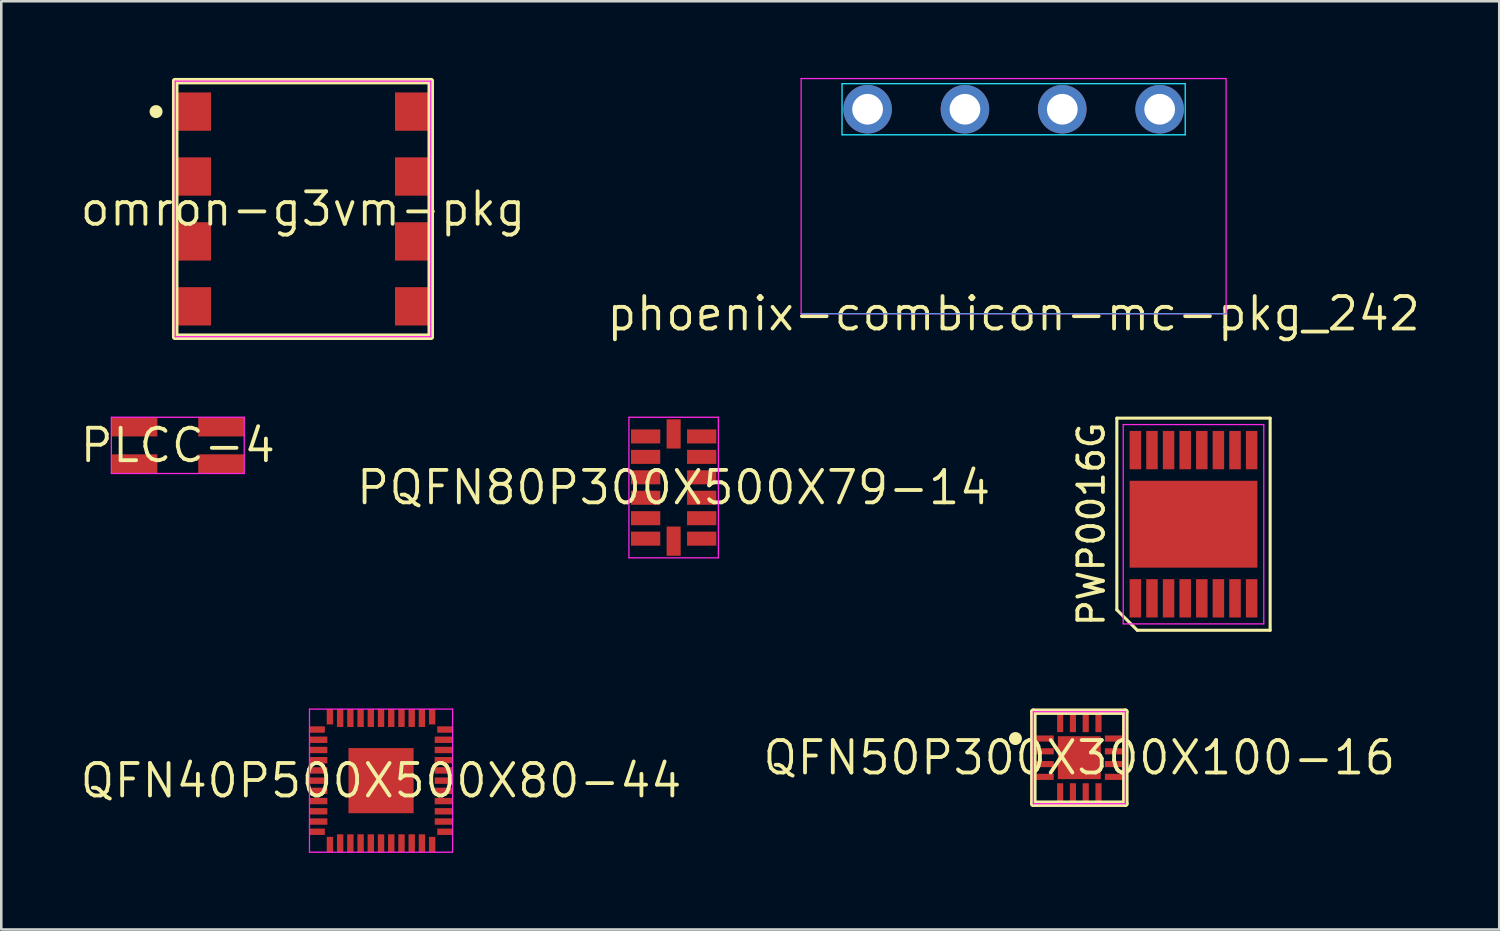
<source format=kicad_pcb>
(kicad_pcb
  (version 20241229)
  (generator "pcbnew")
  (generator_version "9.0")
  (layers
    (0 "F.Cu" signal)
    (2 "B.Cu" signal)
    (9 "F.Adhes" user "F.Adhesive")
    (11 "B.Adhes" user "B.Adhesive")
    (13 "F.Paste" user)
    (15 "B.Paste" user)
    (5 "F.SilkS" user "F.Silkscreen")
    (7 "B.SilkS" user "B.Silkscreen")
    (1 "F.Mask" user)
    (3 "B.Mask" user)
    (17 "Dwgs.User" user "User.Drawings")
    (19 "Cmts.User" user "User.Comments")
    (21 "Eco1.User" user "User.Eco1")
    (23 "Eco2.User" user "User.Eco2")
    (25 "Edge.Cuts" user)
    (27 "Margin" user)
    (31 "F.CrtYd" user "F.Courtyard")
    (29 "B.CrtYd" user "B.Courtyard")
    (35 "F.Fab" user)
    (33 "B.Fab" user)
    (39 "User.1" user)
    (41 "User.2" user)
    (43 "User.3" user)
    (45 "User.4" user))
  (footprint "QFN40P500X500X80-44"
    (layer "F.Cu")
    (at 11.861 27.499)
    (property "Reference" "QFN40P500X500X80-44" (at 0 0 0) (layer "F.SilkS") (effects (font (size 1.27 1.27) (thickness 0.15))))
    (attr through_hole)
    (fp_line (start -2.8 -2.8) (end -2.8 2.8) (stroke (width 0.05) (type solid)) (layer "F.CrtYd"))
    (fp_line (start -2.8 2.8) (end 2.8 2.8) (stroke (width 0.05) (type solid)) (layer "F.CrtYd"))
    (fp_line (start 2.8 -2.8) (end -2.8 -2.8) (stroke (width 0.05) (type solid)) (layer "F.CrtYd"))
    (fp_line (start 2.8 2.8) (end 2.8 -2.8) (stroke (width 0.05) (type solid)) (layer "F.CrtYd"))
    (pad "1" smd rect (at -2.5 -2 270) (size 0.25 0.6) (layers "F.Cu" "F.Mask" "F.Paste"))
    (pad "2" smd rect (at -2.45 -1.6 270) (size 0.25 0.7) (layers "F.Cu" "F.Mask" "F.Paste"))
    (pad "3" smd rect (at -2.45 -1.2 270) (size 0.25 0.7) (layers "F.Cu" "F.Mask" "F.Paste"))
    (pad "4" smd rect (at -2.45 -0.8 270) (size 0.25 0.7) (layers "F.Cu" "F.Mask" "F.Paste"))
    (pad "5" smd rect (at -2.45 -0.4 270) (size 0.25 0.7) (layers "F.Cu" "F.Mask" "F.Paste"))
    (pad "6" smd rect (at -2.45 0 270) (size 0.25 0.7) (layers "F.Cu" "F.Mask" "F.Paste"))
    (pad "7" smd rect (at -2.45 0.4 270) (size 0.25 0.7) (layers "F.Cu" "F.Mask" "F.Paste"))
    (pad "8" smd rect (at -2.45 0.8 270) (size 0.25 0.7) (layers "F.Cu" "F.Mask" "F.Paste"))
    (pad "9" smd rect (at -2.45 1.2 270) (size 0.25 0.7) (layers "F.Cu" "F.Mask" "F.Paste"))
    (pad "10" smd rect (at -2.45 1.6 270) (size 0.25 0.7) (layers "F.Cu" "F.Mask" "F.Paste"))
    (pad "11" smd rect (at -2.5 2 270) (size 0.25 0.6) (layers "F.Cu" "F.Mask" "F.Paste"))
    (pad "12" smd rect (at -2 2.5) (size 0.25 0.6) (layers "F.Cu" "F.Mask" "F.Paste"))
    (pad "13" smd rect (at -1.6 2.45) (size 0.25 0.7) (layers "F.Cu" "F.Mask" "F.Paste"))
    (pad "14" smd rect (at -1.2 2.45) (size 0.25 0.7) (layers "F.Cu" "F.Mask" "F.Paste"))
    (pad "15" smd rect (at -0.8 2.45) (size 0.25 0.7) (layers "F.Cu" "F.Mask" "F.Paste"))
    (pad "16" smd rect (at -0.4 2.45) (size 0.25 0.7) (layers "F.Cu" "F.Mask" "F.Paste"))
    (pad "17" smd rect (at 0 2.45) (size 0.25 0.7) (layers "F.Cu" "F.Mask" "F.Paste"))
    (pad "18" smd rect (at 0.4 2.45) (size 0.25 0.7) (layers "F.Cu" "F.Mask" "F.Paste"))
    (pad "19" smd rect (at 0.8 2.45) (size 0.25 0.7) (layers "F.Cu" "F.Mask" "F.Paste"))
    (pad "20" smd rect (at 1.2 2.45) (size 0.25 0.7) (layers "F.Cu" "F.Mask" "F.Paste"))
    (pad "21" smd rect (at 1.6 2.45) (size 0.25 0.7) (layers "F.Cu" "F.Mask" "F.Paste"))
    (pad "22" smd rect (at 2 2.5) (size 0.25 0.6) (layers "F.Cu" "F.Mask" "F.Paste"))
    (pad "23" smd rect (at 2.5 2 90) (size 0.25 0.6) (layers "F.Cu" "F.Mask" "F.Paste"))
    (pad "24" smd rect (at 2.45 1.6 90) (size 0.25 0.7) (layers "F.Cu" "F.Mask" "F.Paste"))
    (pad "25" smd rect (at 2.45 1.2 90) (size 0.25 0.7) (layers "F.Cu" "F.Mask" "F.Paste"))
    (pad "26" smd rect (at 2.45 0.8 90) (size 0.25 0.7) (layers "F.Cu" "F.Mask" "F.Paste"))
    (pad "27" smd rect (at 2.45 0.4 90) (size 0.25 0.7) (layers "F.Cu" "F.Mask" "F.Paste"))
    (pad "28" smd rect (at 2.45 0 90) (size 0.25 0.7) (layers "F.Cu" "F.Mask" "F.Paste"))
    (pad "29" smd rect (at 2.45 -0.4 90) (size 0.25 0.7) (layers "F.Cu" "F.Mask" "F.Paste"))
    (pad "30" smd rect (at 2.45 -0.8 90) (size 0.25 0.7) (layers "F.Cu" "F.Mask" "F.Paste"))
    (pad "31" smd rect (at 2.45 -1.2 90) (size 0.25 0.7) (layers "F.Cu" "F.Mask" "F.Paste"))
    (pad "32" smd rect (at 2.45 -1.6 90) (size 0.25 0.7) (layers "F.Cu" "F.Mask" "F.Paste"))
    (pad "33" smd rect (at 2.5 -2 90) (size 0.25 0.6) (layers "F.Cu" "F.Mask" "F.Paste"))
    (pad "34" smd rect (at 2 -2.5 180) (size 0.25 0.6) (layers "F.Cu" "F.Mask" "F.Paste"))
    (pad "35" smd rect (at 1.6 -2.45 180) (size 0.25 0.7) (layers "F.Cu" "F.Mask" "F.Paste"))
    (pad "36" smd rect (at 1.2 -2.45 180) (size 0.25 0.7) (layers "F.Cu" "F.Mask" "F.Paste"))
    (pad "37" smd rect (at 0.8 -2.45 180) (size 0.25 0.7) (layers "F.Cu" "F.Mask" "F.Paste"))
    (pad "38" smd rect (at 0.4 -2.45 180) (size 0.25 0.7) (layers "F.Cu" "F.Mask" "F.Paste"))
    (pad "39" smd rect (at 0 -2.45 180) (size 0.25 0.7) (layers "F.Cu" "F.Mask" "F.Paste"))
    (pad "40" smd rect (at -0.4 -2.45 180) (size 0.25 0.7) (layers "F.Cu" "F.Mask" "F.Paste"))
    (pad "41" smd rect (at -0.8 -2.45 180) (size 0.25 0.7) (layers "F.Cu" "F.Mask" "F.Paste"))
    (pad "42" smd rect (at -1.2 -2.45 180) (size 0.25 0.7) (layers "F.Cu" "F.Mask" "F.Paste"))
    (pad "43" smd rect (at -1.6 -2.45 180) (size 0.25 0.7) (layers "F.Cu" "F.Mask" "F.Paste"))
    (pad "44" smd rect (at -2 -2.5 180) (size 0.25 0.6) (layers "F.Cu" "F.Mask" "F.Paste"))
    (pad "45" smd rect (at 0 0) (size 2.55 2.55) (layers "F.Cu" "F.Mask" "F.Paste")))
  (footprint "PWP0016G"
    (layer "F.Cu")
    (at 43.655 17.464)
    (property "Reference" "PWP0016G" (at -4 0 90) (layer "F.SilkS") (effects (font (size 1 1) (thickness 0.15))))
    (attr smd)
    (fp_line (start -3 -4.15) (end 3 -4.15) (stroke (width 0.12) (type solid)) (layer "F.SilkS"))
    (fp_line (start -3 3.35) (end -3 -4.15) (stroke (width 0.12) (type solid)) (layer "F.SilkS"))
    (fp_line (start -2.2 4.15) (end -3 3.35) (stroke (width 0.12) (type solid)) (layer "F.SilkS"))
    (fp_line (start 3 -4.15) (end 3 4.15) (stroke (width 0.12) (type solid)) (layer "F.SilkS"))
    (fp_line (start 3 4.15) (end -2.2 4.15) (stroke (width 0.12) (type solid)) (layer "F.SilkS"))
    (fp_line (start -2.75 -3.9) (end 2.75 -3.9) (stroke (width 0.05) (type solid)) (layer "F.CrtYd"))
    (fp_line (start -2.75 3.9) (end -2.75 -3.9) (stroke (width 0.05) (type solid)) (layer "F.CrtYd"))
    (fp_line (start 2.75 -3.9) (end 2.75 3.9) (stroke (width 0.05) (type solid)) (layer "F.CrtYd"))
    (fp_line (start 2.75 3.9) (end -2.75 3.9) (stroke (width 0.05) (type solid)) (layer "F.CrtYd"))
    (pad "" smd rect (at 0 0) (size 3.29 2.41) (layers "F.Paste"))
    (pad "1" smd rect (at -2.275 2.9) (size 0.45 1.5) (layers "F.Cu" "F.Mask" "F.Paste"))
    (pad "2" smd rect (at -1.625 2.9) (size 0.45 1.5) (layers "F.Cu" "F.Mask" "F.Paste"))
    (pad "3" smd rect (at -0.975 2.9) (size 0.45 1.5) (layers "F.Cu" "F.Mask" "F.Paste"))
    (pad "4" smd rect (at -0.325 2.9) (size 0.45 1.5) (layers "F.Cu" "F.Mask" "F.Paste"))
    (pad "5" smd rect (at 0.325 2.9) (size 0.45 1.5) (layers "F.Cu" "F.Mask" "F.Paste"))
    (pad "6" smd rect (at 0.975 2.9) (size 0.45 1.5) (layers "F.Cu" "F.Mask" "F.Paste"))
    (pad "7" smd rect (at 1.625 2.9) (size 0.45 1.5) (layers "F.Cu" "F.Mask" "F.Paste"))
    (pad "8" smd rect (at 2.275 2.9) (size 0.45 1.5) (layers "F.Cu" "F.Mask" "F.Paste"))
    (pad "9" smd rect (at 2.275 -2.9) (size 0.45 1.5) (layers "F.Cu" "F.Mask" "F.Paste"))
    (pad "10" smd rect (at 1.625 -2.9) (size 0.45 1.5) (layers "F.Cu" "F.Mask" "F.Paste"))
    (pad "11" smd rect (at 0.975 -2.9) (size 0.45 1.5) (layers "F.Cu" "F.Mask" "F.Paste"))
    (pad "12" smd rect (at 0.325 -2.9) (size 0.45 1.5) (layers "F.Cu" "F.Mask" "F.Paste"))
    (pad "13" smd rect (at -0.325 -2.9) (size 0.45 1.5) (layers "F.Cu" "F.Mask" "F.Paste"))
    (pad "14" smd rect (at -0.975 -2.9) (size 0.45 1.5) (layers "F.Cu" "F.Mask" "F.Paste"))
    (pad "15" smd rect (at -1.625 -2.9) (size 0.45 1.5) (layers "F.Cu" "F.Mask" "F.Paste"))
    (pad "16" smd rect (at -2.275 -2.9) (size 0.45 1.5) (layers "F.Cu" "F.Mask" "F.Paste"))
    (pad "17" smd rect (at 0 0) (size 5 3.4) (layers "F.Cu" "F.Mask")))
  (footprint "omron-g3vm-pkg"
    (layer "F.Cu")
    (at 8.807 5.127)
    (property "Reference" "omron-g3vm-pkg" (at 0 0 0) (layer "F.SilkS") (effects (font (size 1.27 1.27) (thickness 0.15))))
    (attr through_hole)
    (fp_line (start -5 -5) (end -5 5) (stroke (width 0.254) (type solid)) (layer "F.SilkS"))
    (fp_line (start -5 5) (end 5 5) (stroke (width 0.254) (type solid)) (layer "F.SilkS"))
    (fp_line (start 5 -5) (end -5 -5) (stroke (width 0.254) (type solid)) (layer "F.SilkS"))
    (fp_line (start 5 5) (end 5 -5) (stroke (width 0.254) (type solid)) (layer "F.SilkS"))
    (fp_poly (pts (xy -5.496 -3.81) (xy -5.501 -3.86) (xy -5.515 -3.907) (xy -5.539 -3.951) (xy -5.57 -3.99) (xy -5.609 -4.021) (xy -5.653 -4.045) (xy -5.7 -4.059) (xy -5.75 -4.064) (xy -5.8 -4.059) (xy -5.847 -4.045) (xy -5.891 -4.021) (xy -5.93 -3.99) (xy -5.961 -3.951) (xy -5.985 -3.907) (xy -5.999 -3.86) (xy -6.004 -3.81) (xy -5.999 -3.76) (xy -5.985 -3.713) (xy -5.961 -3.669) (xy -5.93 -3.63) (xy -5.891 -3.599) (xy -5.847 -3.575) (xy -5.8 -3.561) (xy -5.75 -3.556) (xy -5.7 -3.561) (xy -5.653 -3.575) (xy -5.609 -3.599) (xy -5.57 -3.63) (xy -5.539 -3.669) (xy -5.515 -3.713) (xy -5.501 -3.76)) (stroke (width 0) (type solid)) (fill yes) (layer "F.SilkS"))
    (fp_line (start -5 -5) (end -5 5) (stroke (width 0.05) (type solid)) (layer "F.CrtYd"))
    (fp_line (start -5 5) (end 5 5) (stroke (width 0.05) (type solid)) (layer "F.CrtYd"))
    (fp_line (start 5 -5) (end -5 -5) (stroke (width 0.05) (type solid)) (layer "F.CrtYd"))
    (fp_line (start 5 5) (end 5 -5) (stroke (width 0.05) (type solid)) (layer "F.CrtYd"))
    (pad "1" smd rect (at -4.25 -3.81 270) (size 1.5 1.3) (layers "F.Cu" "F.Mask" "F.Paste"))
    (pad "2" smd rect (at -4.25 -1.27 270) (size 1.5 1.3) (layers "F.Cu" "F.Mask" "F.Paste"))
    (pad "3" smd rect (at -4.25 1.27 270) (size 1.5 1.3) (layers "F.Cu" "F.Mask" "F.Paste"))
    (pad "4" smd rect (at -4.25 3.81 270) (size 1.5 1.3) (layers "F.Cu" "F.Mask" "F.Paste"))
    (pad "5" smd rect (at 4.25 3.81 90) (size 1.5 1.3) (layers "F.Cu" "F.Mask" "F.Paste"))
    (pad "6" smd rect (at 4.25 1.27 90) (size 1.5 1.3) (layers "F.Cu" "F.Mask" "F.Paste"))
    (pad "7" smd rect (at 4.25 -1.27 90) (size 1.5 1.3) (layers "F.Cu" "F.Mask" "F.Paste"))
    (pad "8" smd rect (at 4.25 -3.81 90) (size 1.5 1.3) (layers "F.Cu" "F.Mask" "F.Paste")))
  (footprint "QFN50P300X300X100-16"
    (layer "F.Cu")
    (at 39.187 26.601)
    (property "Reference" "QFN50P300X300X100-16" (at 0 0 0) (layer "F.SilkS") (effects (font (size 1.27 1.27) (thickness 0.15))))
    (attr through_hole)
    (fp_line (start -1.8 -1.8) (end -1.8 1.8) (stroke (width 0.254) (type solid)) (layer "F.SilkS"))
    (fp_line (start -1.8 1.8) (end 1.8 1.8) (stroke (width 0.254) (type solid)) (layer "F.SilkS"))
    (fp_line (start 1.8 -1.8) (end -1.8 -1.8) (stroke (width 0.254) (type solid)) (layer "F.SilkS"))
    (fp_line (start 1.8 1.8) (end 1.8 -1.8) (stroke (width 0.254) (type solid)) (layer "F.SilkS"))
    (fp_poly (pts (xy -2.246 -0.75) (xy -2.251 -0.8) (xy -2.265 -0.847) (xy -2.289 -0.891) (xy -2.32 -0.93) (xy -2.359 -0.961) (xy -2.403 -0.985) (xy -2.45 -0.999) (xy -2.5 -1.004) (xy -2.55 -0.999) (xy -2.597 -0.985) (xy -2.641 -0.961) (xy -2.68 -0.93) (xy -2.711 -0.891) (xy -2.735 -0.847) (xy -2.749 -0.8) (xy -2.754 -0.75) (xy -2.749 -0.7) (xy -2.735 -0.653) (xy -2.711 -0.609) (xy -2.68 -0.57) (xy -2.641 -0.539) (xy -2.597 -0.515) (xy -2.55 -0.501) (xy -2.5 -0.496) (xy -2.45 -0.501) (xy -2.403 -0.515) (xy -2.359 -0.539) (xy -2.32 -0.57) (xy -2.289 -0.609) (xy -2.265 -0.653) (xy -2.251 -0.7)) (stroke (width 0) (type solid)) (fill yes) (layer "F.SilkS"))
    (fp_line (start -1.8 -1.8) (end -1.8 1.8) (stroke (width 0.05) (type solid)) (layer "F.CrtYd"))
    (fp_line (start -1.8 1.8) (end 1.8 1.8) (stroke (width 0.05) (type solid)) (layer "F.CrtYd"))
    (fp_line (start 1.8 -1.8) (end -1.8 -1.8) (stroke (width 0.05) (type solid)) (layer "F.CrtYd"))
    (fp_line (start 1.8 1.8) (end 1.8 -1.8) (stroke (width 0.05) (type solid)) (layer "F.CrtYd"))
    (pad "1" smd rect (at -1.4 -0.75 270) (size 0.24 0.8) (layers "F.Cu" "F.Mask" "F.Paste"))
    (pad "2" smd rect (at -1.4 -0.25 270) (size 0.24 0.8) (layers "F.Cu" "F.Mask" "F.Paste"))
    (pad "3" smd rect (at -1.4 0.25 270) (size 0.24 0.8) (layers "F.Cu" "F.Mask" "F.Paste"))
    (pad "4" smd rect (at -1.4 0.75 270) (size 0.24 0.8) (layers "F.Cu" "F.Mask" "F.Paste"))
    (pad "5" smd rect (at -0.75 1.4) (size 0.24 0.8) (layers "F.Cu" "F.Mask" "F.Paste"))
    (pad "6" smd rect (at -0.25 1.4) (size 0.24 0.8) (layers "F.Cu" "F.Mask" "F.Paste"))
    (pad "7" smd rect (at 0.25 1.4) (size 0.24 0.8) (layers "F.Cu" "F.Mask" "F.Paste"))
    (pad "8" smd rect (at 0.75 1.4) (size 0.24 0.8) (layers "F.Cu" "F.Mask" "F.Paste"))
    (pad "9" smd rect (at 1.4 0.75 90) (size 0.24 0.8) (layers "F.Cu" "F.Mask" "F.Paste"))
    (pad "10" smd rect (at 1.4 0.25 90) (size 0.24 0.8) (layers "F.Cu" "F.Mask" "F.Paste"))
    (pad "11" smd rect (at 1.4 -0.25 90) (size 0.24 0.8) (layers "F.Cu" "F.Mask" "F.Paste"))
    (pad "12" smd rect (at 1.4 -0.75 90) (size 0.24 0.8) (layers "F.Cu" "F.Mask" "F.Paste"))
    (pad "13" smd rect (at 0.75 -1.4 180) (size 0.24 0.8) (layers "F.Cu" "F.Mask" "F.Paste"))
    (pad "14" smd rect (at 0.25 -1.4 180) (size 0.24 0.8) (layers "F.Cu" "F.Mask" "F.Paste"))
    (pad "15" smd rect (at -0.25 -1.4 180) (size 0.24 0.8) (layers "F.Cu" "F.Mask" "F.Paste"))
    (pad "16" smd rect (at -0.75 -1.4 180) (size 0.24 0.8) (layers "F.Cu" "F.Mask" "F.Paste"))
    (pad "17" smd rect (at 0 0) (size 1.68 1.68) (layers "F.Cu" "F.Mask" "F.Paste")))
  (footprint "phoenix-combicon-mc-pkg_242"
    (layer "F.Cu")
    (at 36.616 9.225)
    (property "Reference" "phoenix-combicon-mc-pkg_242" (at 0 0 0) (layer "F.SilkS") (effects (font (size 1.27 1.27) (thickness 0.15))))
    (attr through_hole)
    (fp_line (start -8.315 0) (end 8.315 0) (stroke (width 0.05) (type solid)) (layer "Cmts.User"))
    (fp_line (start -6.715 -9) (end -6.715 -7) (stroke (width 0.05) (type solid)) (layer "B.CrtYd"))
    (fp_line (start -6.715 -7) (end 6.715 -7) (stroke (width 0.05) (type solid)) (layer "B.CrtYd"))
    (fp_line (start 6.715 -9) (end -6.715 -9) (stroke (width 0.05) (type solid)) (layer "B.CrtYd"))
    (fp_line (start 6.715 -7) (end 6.715 -9) (stroke (width 0.05) (type solid)) (layer "B.CrtYd"))
    (fp_line (start -8.315 -9.2) (end -8.315 0) (stroke (width 0.05) (type solid)) (layer "F.CrtYd"))
    (fp_line (start -8.315 0) (end 8.315 0) (stroke (width 0.05) (type solid)) (layer "F.CrtYd"))
    (fp_line (start 8.315 -9.2) (end -8.315 -9.2) (stroke (width 0.05) (type solid)) (layer "F.CrtYd"))
    (fp_line (start 8.315 0) (end 8.315 -9.2) (stroke (width 0.05) (type solid)) (layer "F.CrtYd"))
    (pad "1" thru_hole circle (at -5.715 -8) (size 1.9 1.9) (drill 1.2) (layers "*.Cu" "*.Mask"))
    (pad "2" thru_hole circle (at -1.905 -8) (size 1.9 1.9) (drill 1.2) (layers "*.Cu" "*.Mask"))
    (pad "3" thru_hole circle (at 1.905 -8) (size 1.9 1.9) (drill 1.2) (layers "*.Cu" "*.Mask"))
    (pad "4" thru_hole circle (at 5.715 -8) (size 1.9 1.9) (drill 1.2) (layers "*.Cu" "*.Mask")))
  (footprint "PLCC-4"
    (layer "F.Cu")
    (at 3.908 14.379)
    (property "Reference" "PLCC-4" (at 0 0 0) (layer "F.SilkS") (effects (font (size 1.27 1.27) (thickness 0.15))))
    (attr through_hole)
    (fp_line (start -2.6 -1.1) (end -2.6 1.1) (stroke (width 0.05) (type solid)) (layer "F.CrtYd"))
    (fp_line (start -2.6 1.1) (end 2.6 1.1) (stroke (width 0.05) (type solid)) (layer "F.CrtYd"))
    (fp_line (start 2.6 -1.1) (end -2.6 -1.1) (stroke (width 0.05) (type solid)) (layer "F.CrtYd"))
    (fp_line (start 2.6 1.1) (end 2.6 -1.1) (stroke (width 0.05) (type solid)) (layer "F.CrtYd"))
    (pad "1" smd rect (at -1.7 -0.725) (size 1.8 0.75) (layers "F.Cu" "F.Mask" "F.Paste"))
    (pad "2" smd rect (at 1.7 -0.725) (size 1.8 0.75) (layers "F.Cu" "F.Mask" "F.Paste"))
    (pad "3" smd rect (at -1.7 0.725) (size 1.8 0.75) (layers "F.Cu" "F.Mask" "F.Paste"))
    (pad "4" smd rect (at 1.7 0.725) (size 1.8 0.75) (layers "F.Cu" "F.Mask" "F.Paste")))
  (footprint "PQFN80P300X500X79-14"
    (layer "F.Cu")
    (at 23.312 16.029)
    (property "Reference" "PQFN80P300X500X79-14" (at 0 0 0) (layer "F.SilkS") (effects (font (size 1.27 1.27) (thickness 0.15))))
    (attr through_hole)
    (fp_line (start -1.75 -2.75) (end -1.75 2.75) (stroke (width 0.05) (type solid)) (layer "F.CrtYd"))
    (fp_line (start -1.75 2.75) (end 1.75 2.75) (stroke (width 0.05) (type solid)) (layer "F.CrtYd"))
    (fp_line (start 1.75 -2.75) (end -1.75 -2.75) (stroke (width 0.05) (type solid)) (layer "F.CrtYd"))
    (fp_line (start 1.75 2.75) (end 1.75 -2.75) (stroke (width 0.05) (type solid)) (layer "F.CrtYd"))
    (pad "1" smd rect (at -1.097 -2 90) (size 0.55 1.145) (layers "F.Cu" "F.Mask" "F.Paste"))
    (pad "2" smd rect (at -1.097 -1.2 90) (size 0.55 1.145) (layers "F.Cu" "F.Mask" "F.Paste"))
    (pad "3" smd rect (at -1.097 -0.4 90) (size 0.55 1.145) (layers "F.Cu" "F.Mask" "F.Paste"))
    (pad "4" smd rect (at -1.097 0.4 90) (size 0.55 1.145) (layers "F.Cu" "F.Mask" "F.Paste"))
    (pad "5" smd rect (at -1.097 1.2 90) (size 0.55 1.145) (layers "F.Cu" "F.Mask" "F.Paste"))
    (pad "6" smd rect (at -1.097 2 90) (size 0.55 1.145) (layers "F.Cu" "F.Mask" "F.Paste"))
    (pad "7" smd rect (at 0 2.098 180) (size 0.55 1.145) (layers "F.Cu" "F.Mask" "F.Paste"))
    (pad "8" smd rect (at 1.097 2 270) (size 0.55 1.145) (layers "F.Cu" "F.Mask" "F.Paste"))
    (pad "9" smd rect (at 1.097 1.2 270) (size 0.55 1.145) (layers "F.Cu" "F.Mask" "F.Paste"))
    (pad "10" smd rect (at 1.097 0.4 270) (size 0.55 1.145) (layers "F.Cu" "F.Mask" "F.Paste"))
    (pad "11" smd rect (at 1.097 -0.4 270) (size 0.55 1.145) (layers "F.Cu" "F.Mask" "F.Paste"))
    (pad "12" smd rect (at 1.097 -1.2 270) (size 0.55 1.145) (layers "F.Cu" "F.Mask" "F.Paste"))
    (pad "13" smd rect (at 1.097 -2 270) (size 0.55 1.145) (layers "F.Cu" "F.Mask" "F.Paste"))
    (pad "14" smd rect (at 0 -2.098) (size 0.55 1.145) (layers "F.Cu" "F.Mask" "F.Paste")))
  (gr_rect
    (start -3 -3)
    (end 55.62 33.324)
    (stroke (width 0.1) (type default))
    (fill no)
    (layer "Edge.Cuts")))
</source>
